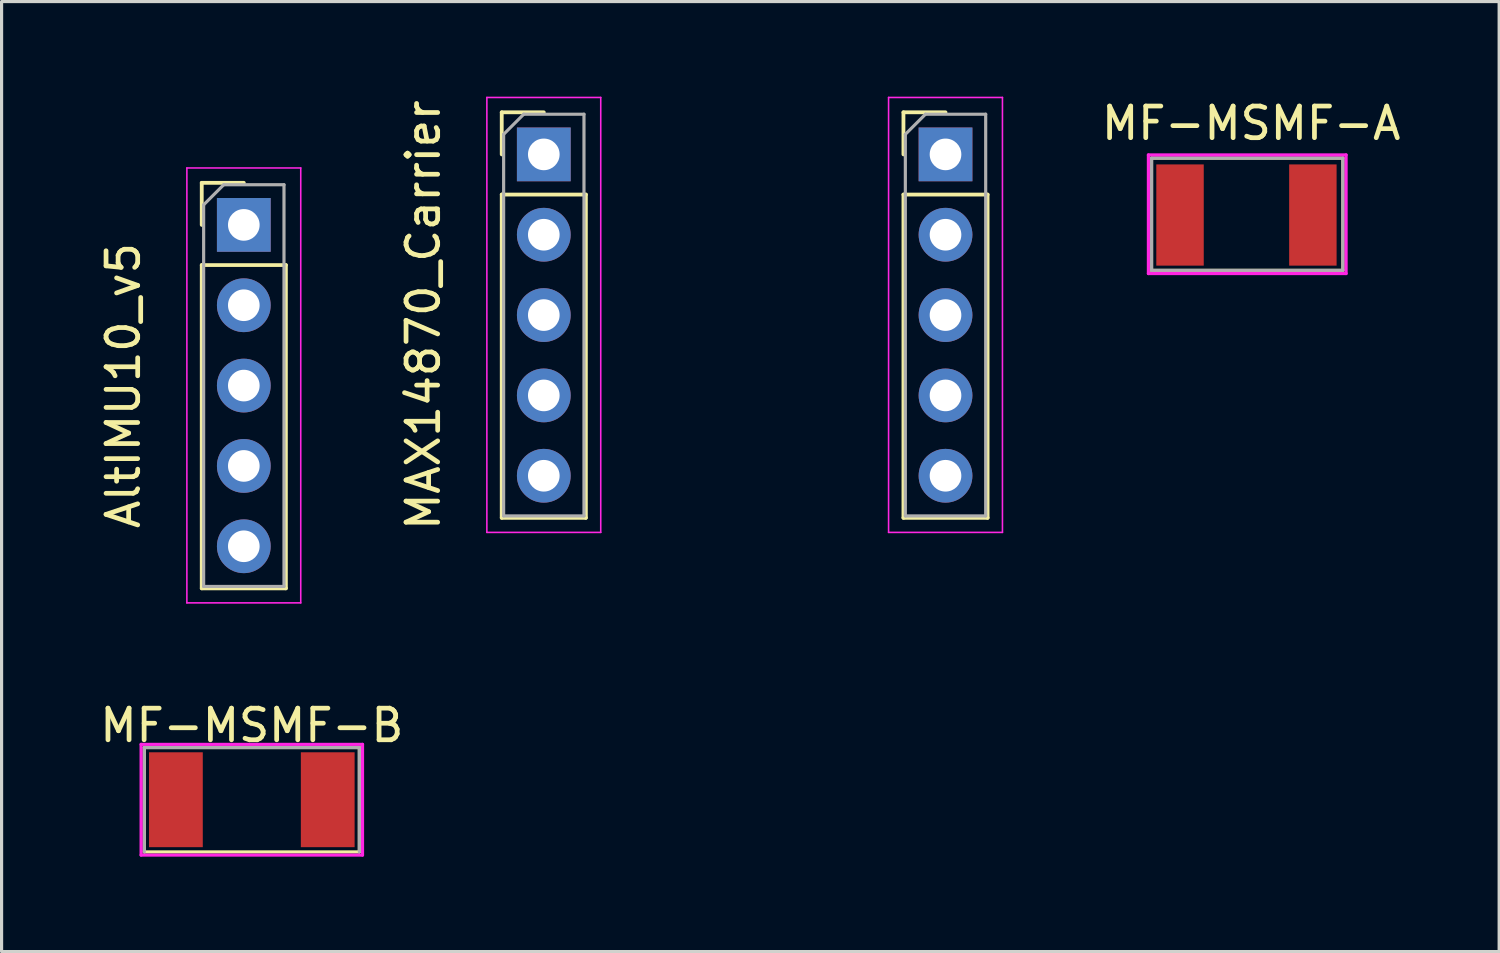
<source format=kicad_pcb>
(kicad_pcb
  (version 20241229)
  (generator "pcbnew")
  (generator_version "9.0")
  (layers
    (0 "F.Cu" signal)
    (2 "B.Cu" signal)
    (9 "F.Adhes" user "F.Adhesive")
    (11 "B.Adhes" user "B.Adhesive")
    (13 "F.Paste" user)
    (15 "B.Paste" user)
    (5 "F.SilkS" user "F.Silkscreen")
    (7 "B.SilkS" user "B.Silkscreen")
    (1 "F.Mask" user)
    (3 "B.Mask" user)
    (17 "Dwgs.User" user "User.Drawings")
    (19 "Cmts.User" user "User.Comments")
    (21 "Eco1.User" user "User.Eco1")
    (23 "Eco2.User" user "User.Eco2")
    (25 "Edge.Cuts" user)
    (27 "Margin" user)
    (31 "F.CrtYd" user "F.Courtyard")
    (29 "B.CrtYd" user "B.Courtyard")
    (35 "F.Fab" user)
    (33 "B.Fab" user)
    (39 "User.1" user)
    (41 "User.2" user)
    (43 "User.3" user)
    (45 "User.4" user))
  (footprint "MAX14870_Carrier"
    (layer "F.Cu")
    (at 14.142 1.831)
    (property "Reference" "MAX14870_Carrier" (at -3.81 5.08 90) (layer "F.SilkS") (effects (font (size 1 1) (thickness 0.15))))
    (attr through_hole)
    (fp_line (start -1.33 -1.33) (end 0 -1.33) (stroke (width 0.12) (type solid)) (layer "F.SilkS"))
    (fp_line (start -1.33 0) (end -1.33 -1.33) (stroke (width 0.12) (type solid)) (layer "F.SilkS"))
    (fp_line (start -1.33 1.27) (end -1.33 11.49) (stroke (width 0.12) (type solid)) (layer "F.SilkS"))
    (fp_line (start -1.33 1.27) (end 1.33 1.27) (stroke (width 0.12) (type solid)) (layer "F.SilkS"))
    (fp_line (start -1.33 11.49) (end 1.33 11.49) (stroke (width 0.12) (type solid)) (layer "F.SilkS"))
    (fp_line (start 1.33 1.27) (end 1.33 11.49) (stroke (width 0.12) (type solid)) (layer "F.SilkS"))
    (fp_line (start 11.37 -1.33) (end 12.7 -1.33) (stroke (width 0.12) (type solid)) (layer "F.SilkS"))
    (fp_line (start 11.37 0) (end 11.37 -1.33) (stroke (width 0.12) (type solid)) (layer "F.SilkS"))
    (fp_line (start 11.37 1.27) (end 11.37 11.49) (stroke (width 0.12) (type solid)) (layer "F.SilkS"))
    (fp_line (start 11.37 1.27) (end 14.03 1.27) (stroke (width 0.12) (type solid)) (layer "F.SilkS"))
    (fp_line (start 11.37 11.49) (end 14.03 11.49) (stroke (width 0.12) (type solid)) (layer "F.SilkS"))
    (fp_line (start 14.03 1.27) (end 14.03 11.49) (stroke (width 0.12) (type solid)) (layer "F.SilkS"))
    (fp_line (start -1.8 -1.8) (end -1.8 11.95) (stroke (width 0.05) (type solid)) (layer "F.CrtYd"))
    (fp_line (start -1.8 11.95) (end 1.8 11.95) (stroke (width 0.05) (type solid)) (layer "F.CrtYd"))
    (fp_line (start 1.8 -1.8) (end -1.8 -1.8) (stroke (width 0.05) (type solid)) (layer "F.CrtYd"))
    (fp_line (start 1.8 11.95) (end 1.8 -1.8) (stroke (width 0.05) (type solid)) (layer "F.CrtYd"))
    (fp_line (start 10.9 -1.8) (end 10.9 11.95) (stroke (width 0.05) (type solid)) (layer "F.CrtYd"))
    (fp_line (start 10.9 11.95) (end 14.5 11.95) (stroke (width 0.05) (type solid)) (layer "F.CrtYd"))
    (fp_line (start 14.5 -1.8) (end 10.9 -1.8) (stroke (width 0.05) (type solid)) (layer "F.CrtYd"))
    (fp_line (start 14.5 11.95) (end 14.5 -1.8) (stroke (width 0.05) (type solid)) (layer "F.CrtYd"))
    (fp_line (start -1.27 -0.635) (end -0.635 -1.27) (stroke (width 0.1) (type solid)) (layer "F.Fab"))
    (fp_line (start -1.27 11.43) (end -1.27 -0.635) (stroke (width 0.1) (type solid)) (layer "F.Fab"))
    (fp_line (start -0.635 -1.27) (end 1.27 -1.27) (stroke (width 0.1) (type solid)) (layer "F.Fab"))
    (fp_line (start 1.27 -1.27) (end 1.27 11.43) (stroke (width 0.1) (type solid)) (layer "F.Fab"))
    (fp_line (start 1.27 11.43) (end -1.27 11.43) (stroke (width 0.1) (type solid)) (layer "F.Fab"))
    (fp_line (start 11.43 -0.635) (end 12.065 -1.27) (stroke (width 0.1) (type solid)) (layer "F.Fab"))
    (fp_line (start 11.43 11.43) (end 11.43 -0.635) (stroke (width 0.1) (type solid)) (layer "F.Fab"))
    (fp_line (start 12.065 -1.27) (end 13.97 -1.27) (stroke (width 0.1) (type solid)) (layer "F.Fab"))
    (fp_line (start 13.97 -1.27) (end 13.97 11.43) (stroke (width 0.1) (type solid)) (layer "F.Fab"))
    (fp_line (start 13.97 11.43) (end 11.43 11.43) (stroke (width 0.1) (type solid)) (layer "F.Fab"))
    (pad "1" thru_hole rect (at 0 0) (size 1.7 1.7) (drill 1) (layers "*.Cu" "*.Mask"))
    (pad "2" thru_hole oval (at 0 2.54) (size 1.7 1.7) (drill 1) (layers "*.Cu" "*.Mask"))
    (pad "3" thru_hole oval (at 0 5.08) (size 1.7 1.7) (drill 1) (layers "*.Cu" "*.Mask"))
    (pad "4" thru_hole oval (at 0 7.62) (size 1.7 1.7) (drill 1) (layers "*.Cu" "*.Mask"))
    (pad "5" thru_hole oval (at 0 10.16) (size 1.7 1.7) (drill 1) (layers "*.Cu" "*.Mask"))
    (pad "6" thru_hole oval (at 12.7 10.16) (size 1.7 1.7) (drill 1) (layers "*.Cu" "*.Mask"))
    (pad "7" thru_hole oval (at 12.7 7.62) (size 1.7 1.7) (drill 1) (layers "*.Cu" "*.Mask"))
    (pad "8" thru_hole oval (at 12.7 5.08) (size 1.7 1.7) (drill 1) (layers "*.Cu" "*.Mask"))
    (pad "9" thru_hole oval (at 12.7 2.54) (size 1.7 1.7) (drill 1) (layers "*.Cu" "*.Mask"))
    (pad "10" thru_hole rect (at 12.7 0) (size 1.7 1.7) (drill 1) (layers "*.Cu" "*.Mask")))
  (footprint "MF-MSMF-B"
    (layer "F.Cu")
    (at 1.661 23.733)
    (property "Reference" "MF-MSMF-B" (at 3.25 -3.85 0) (layer "F.SilkS") (effects (font (size 1 1) (thickness 0.15))))
    (attr through_hole)
    (fp_line (start -0.15 -3.15) (end 6.65 -3.15) (stroke (width 0.1) (type solid)) (layer "F.SilkS"))
    (fp_line (start -0.15 0.15) (end -0.15 -3.15) (stroke (width 0.1) (type solid)) (layer "F.SilkS"))
    (fp_line (start -0.15 0.15) (end 6.65 0.15) (stroke (width 0.1) (type solid)) (layer "F.SilkS"))
    (fp_line (start 6.65 0.15) (end 6.65 -3.15) (stroke (width 0.1) (type solid)) (layer "F.SilkS"))
    (fp_line (start -0.25 -3.25) (end -0.25 0.25) (stroke (width 0.1) (type solid)) (layer "F.CrtYd"))
    (fp_line (start 6.75 -3.25) (end -0.25 -3.25) (stroke (width 0.1) (type solid)) (layer "F.CrtYd"))
    (fp_line (start 6.75 -3.25) (end 6.75 0.25) (stroke (width 0.1) (type solid)) (layer "F.CrtYd"))
    (fp_line (start 6.75 0.25) (end -0.25 0.25) (stroke (width 0.1) (type solid)) (layer "F.CrtYd"))
    (fp_line (start -0.15 -3.15) (end 6.65 -3.15) (stroke (width 0.1) (type solid)) (layer "F.Fab"))
    (fp_line (start -0.15 0.15) (end -0.15 -3.15) (stroke (width 0.1) (type solid)) (layer "F.Fab"))
    (fp_line (start 6.65 0.15) (end 6.65 -3.15) (stroke (width 0.1) (type solid)) (layer "F.Fab"))
    (pad "1" smd rect (at 0.85 -1.5) (size 1.7 3) (layers "F.Cu" "F.Mask" "F.Paste"))
    (pad "2" smd rect (at 5.65 -1.5) (size 1.7 3) (layers "F.Cu" "F.Mask" "F.Paste")))
  (footprint "MF-MSMF-A"
    (layer "F.Cu")
    (at 33.506 5.348)
    (property "Reference" "MF-MSMF-A" (at 3 -4.5 0) (layer "F.SilkS") (effects (font (size 1 1) (thickness 0.15))))
    (attr through_hole)
    (fp_line (start -0.15 -3.4) (end 5.9 -3.4) (stroke (width 0.1) (type solid)) (layer "F.SilkS"))
    (fp_line (start -0.15 0.15) (end -0.15 -3.35) (stroke (width 0.1) (type solid)) (layer "F.SilkS"))
    (fp_line (start 5.9 -3.4) (end 5.9 0.15) (stroke (width 0.1) (type solid)) (layer "F.SilkS"))
    (fp_line (start 5.9 0.15) (end -0.15 0.15) (stroke (width 0.1) (type solid)) (layer "F.SilkS"))
    (fp_line (start -0.25 -3.5) (end 6 -3.5) (stroke (width 0.1) (type solid)) (layer "F.CrtYd"))
    (fp_line (start -0.25 0.25) (end -0.25 -3.5) (stroke (width 0.1) (type solid)) (layer "F.CrtYd"))
    (fp_line (start 6 -3.5) (end 6 0.25) (stroke (width 0.1) (type solid)) (layer "F.CrtYd"))
    (fp_line (start 6 0.25) (end -0.25 0.25) (stroke (width 0.1) (type solid)) (layer "F.CrtYd"))
    (fp_line (start -0.15 -3.4) (end 5.9 -3.4) (stroke (width 0.1) (type solid)) (layer "F.Fab"))
    (fp_line (start -0.15 0.15) (end -0.15 -3.4) (stroke (width 0.1) (type solid)) (layer "F.Fab"))
    (fp_line (start 5.9 -3.4) (end 5.9 0.15) (stroke (width 0.1) (type solid)) (layer "F.Fab"))
    (fp_line (start 5.9 0.15) (end -0.15 0.15) (stroke (width 0.1) (type solid)) (layer "F.Fab"))
    (pad "1" smd rect (at 0.75 -1.6) (size 1.5 3.2) (layers "F.Cu" "F.Mask" "F.Paste"))
    (pad "2" smd rect (at 4.95 -1.6) (size 1.5 3.2) (layers "F.Cu" "F.Mask" "F.Paste")))
  (footprint "AltIMU10_v5"
    (layer "F.Cu")
    (at 4.658 0.25)
    (property "Reference" "AltIMU10_v5" (at -3.81 8.89 90) (layer "F.SilkS") (effects (font (size 1 1) (thickness 0.15))))
    (attr through_hole)
    (fp_line (start -1.33 2.48) (end 0 2.48) (stroke (width 0.12) (type solid)) (layer "F.SilkS"))
    (fp_line (start -1.33 3.81) (end -1.33 2.48) (stroke (width 0.12) (type solid)) (layer "F.SilkS"))
    (fp_line (start -1.33 5.08) (end -1.33 15.3) (stroke (width 0.12) (type solid)) (layer "F.SilkS"))
    (fp_line (start -1.33 5.08) (end 1.33 5.08) (stroke (width 0.12) (type solid)) (layer "F.SilkS"))
    (fp_line (start -1.33 15.3) (end 1.33 15.3) (stroke (width 0.12) (type solid)) (layer "F.SilkS"))
    (fp_line (start 1.33 5.08) (end 1.33 15.3) (stroke (width 0.12) (type solid)) (layer "F.SilkS"))
    (fp_line (start -1.8 2.01) (end -1.8 15.76) (stroke (width 0.05) (type solid)) (layer "F.CrtYd"))
    (fp_line (start -1.8 15.76) (end 1.8 15.76) (stroke (width 0.05) (type solid)) (layer "F.CrtYd"))
    (fp_line (start 1.8 2.01) (end -1.8 2.01) (stroke (width 0.05) (type solid)) (layer "F.CrtYd"))
    (fp_line (start 1.8 15.76) (end 1.8 2.01) (stroke (width 0.05) (type solid)) (layer "F.CrtYd"))
    (fp_line (start -1.27 3.175) (end -0.635 2.54) (stroke (width 0.1) (type solid)) (layer "F.Fab"))
    (fp_line (start -1.27 15.24) (end -1.27 3.175) (stroke (width 0.1) (type solid)) (layer "F.Fab"))
    (fp_line (start -0.635 2.54) (end 1.27 2.54) (stroke (width 0.1) (type solid)) (layer "F.Fab"))
    (fp_line (start 1.27 2.54) (end 1.27 15.24) (stroke (width 0.1) (type solid)) (layer "F.Fab"))
    (fp_line (start 1.27 15.24) (end -1.27 15.24) (stroke (width 0.1) (type solid)) (layer "F.Fab"))
    (pad "1" thru_hole rect (at 0 3.81) (size 1.7 1.7) (drill 1) (layers "*.Cu" "*.Mask"))
    (pad "2" thru_hole oval (at 0 6.35) (size 1.7 1.7) (drill 1) (layers "*.Cu" "*.Mask"))
    (pad "3" thru_hole oval (at 0 8.89) (size 1.7 1.7) (drill 1) (layers "*.Cu" "*.Mask"))
    (pad "4" thru_hole oval (at 0 11.43) (size 1.7 1.7) (drill 1) (layers "*.Cu" "*.Mask"))
    (pad "5" thru_hole oval (at 0 13.97) (size 1.7 1.7) (drill 1) (layers "*.Cu" "*.Mask")))
  (gr_rect
    (start -3 -3)
    (end 44.345 27.033)
    (stroke (width 0.1) (type default))
    (fill no)
    (layer "Edge.Cuts")))
</source>
